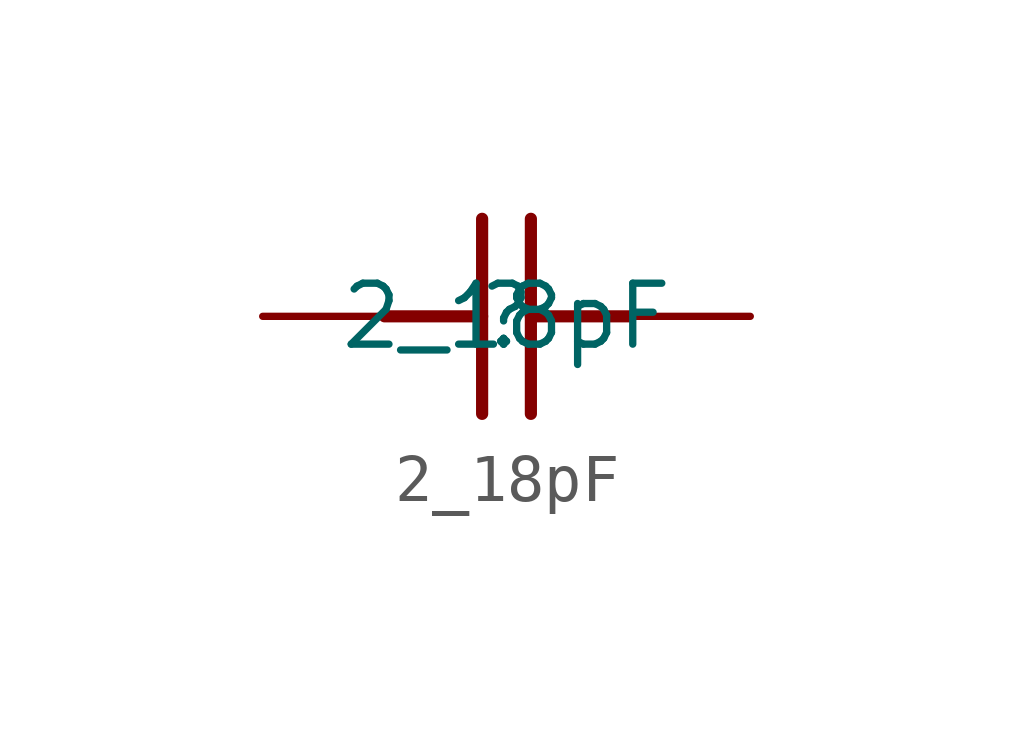
<source format=kicad_sym>
(kicad_symbol_lib
  (version 20211014)
  (generator kicad_symbol_editor)
  (symbol "2_18pF"
    (property "Reference" ""
      (at 0 0 0)
      (effects (font (size 1.27 1.27))))
    (property "Value" "2_18pF"
      (at 0 0 0)
      (effects (font (size 1.27 1.27))))
    (symbol "2_18pF_1_0"
      (polyline (pts (xy -2.54 0) (xy -0.508 0)) (stroke (width 0.254) (type default) (color 0 0 0 0)) (fill (type none)))
      (polyline (pts (xy -0.508 -2.032) (xy -0.508 2.032)) (stroke (width 0.254) (type default) (color 0 0 0 0)) (fill (type none)))
      (polyline (pts (xy 0.508 0) (xy 2.54 0)) (stroke (width 0.254) (type default) (color 0 0 0 0)) (fill (type none)))
      (polyline (pts (xy 0.508 2.032) (xy 0.508 -2.032)) (stroke (width 0.254) (type default) (color 0 0 0 0)) (fill (type none)))
      (pin passive line (at 5.08 0 180) (length 2.54) (name "1" (effects (font (size 0 0)))) (number "1" (effects (font (size 0 0)))))
      (pin passive line (at -5.08 0 0) (length 2.54) (name "2" (effects (font (size 0 0)))) (number "2" (effects (font (size 0 0))))))))
</source>
